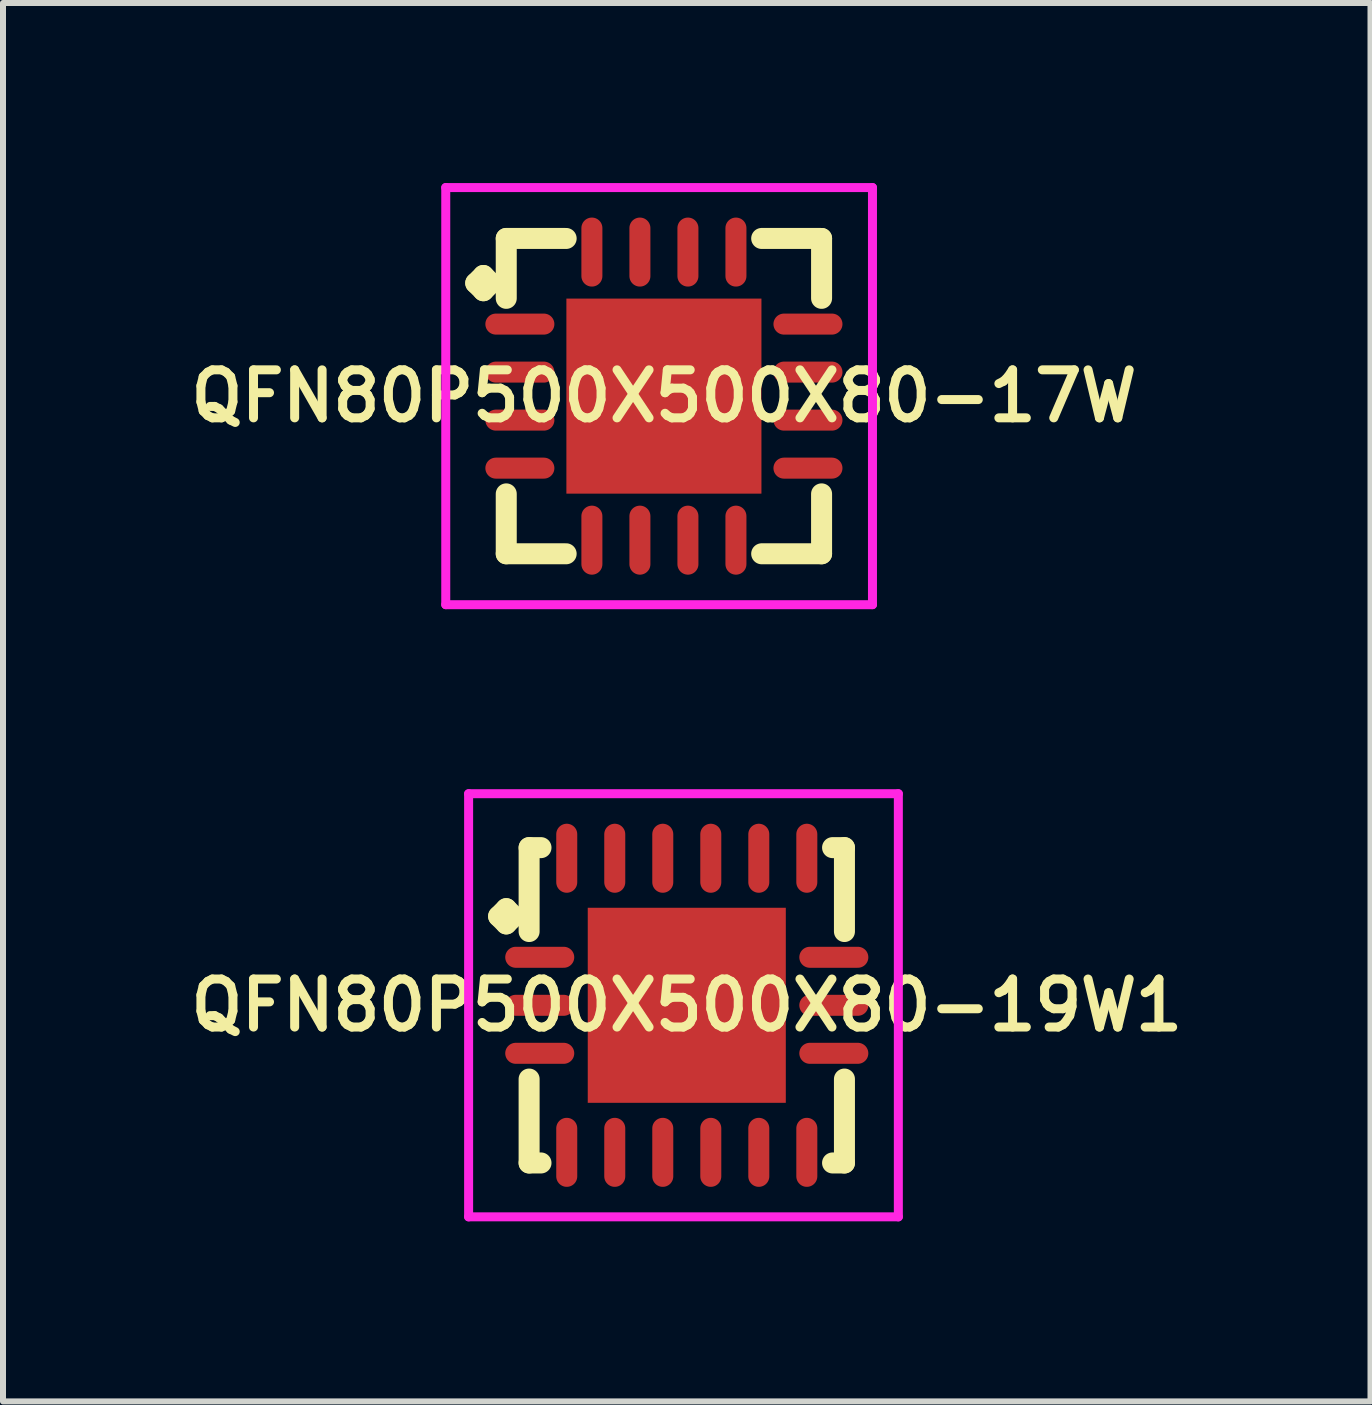
<source format=kicad_pcb>
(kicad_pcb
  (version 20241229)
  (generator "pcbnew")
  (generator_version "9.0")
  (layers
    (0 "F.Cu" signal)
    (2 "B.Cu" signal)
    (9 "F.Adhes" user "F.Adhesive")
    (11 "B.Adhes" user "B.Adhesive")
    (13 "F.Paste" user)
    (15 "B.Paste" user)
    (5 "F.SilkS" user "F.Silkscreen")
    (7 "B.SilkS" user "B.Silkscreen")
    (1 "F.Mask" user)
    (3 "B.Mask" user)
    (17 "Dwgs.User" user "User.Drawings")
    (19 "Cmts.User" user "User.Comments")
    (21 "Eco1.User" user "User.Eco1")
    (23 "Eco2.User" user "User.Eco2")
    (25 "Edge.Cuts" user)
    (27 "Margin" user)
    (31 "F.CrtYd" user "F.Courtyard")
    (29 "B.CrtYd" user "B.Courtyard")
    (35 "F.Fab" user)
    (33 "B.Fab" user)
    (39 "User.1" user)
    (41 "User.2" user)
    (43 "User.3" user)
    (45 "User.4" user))
  (footprint "QFN80P500X500X80-17W"
    (layer "F.Cu")
    (at 8.012 3.55)
    (property "Reference" "QFN80P500X500X80-17W" (at 0 0 0) (layer "F.SilkS") (effects (font (size 0.8 0.8) (thickness 0.15))))
    (attr smd)
    (fp_line (start -3.135 -1.883) (end -3.008 -2.01) (stroke (width 0.35) (type solid)) (layer "F.SilkS"))
    (fp_line (start -3.008 -2.01) (end -2.881 -1.883) (stroke (width 0.35) (type solid)) (layer "F.SilkS"))
    (fp_line (start -3.008 -1.756) (end -3.135 -1.883) (stroke (width 0.35) (type solid)) (layer "F.SilkS"))
    (fp_line (start -2.881 -1.883) (end -3.008 -1.756) (stroke (width 0.35) (type solid)) (layer "F.SilkS"))
    (fp_line (start -2.627 -2.627) (end -1.629 -2.627) (stroke (width 0.35) (type solid)) (layer "F.SilkS"))
    (fp_line (start -2.627 -1.629) (end -2.627 -2.627) (stroke (width 0.35) (type solid)) (layer "F.SilkS"))
    (fp_line (start -2.627 1.629) (end -2.627 2.627) (stroke (width 0.35) (type solid)) (layer "F.SilkS"))
    (fp_line (start -2.627 2.627) (end -1.629 2.627) (stroke (width 0.35) (type solid)) (layer "F.SilkS"))
    (fp_line (start 1.629 -2.627) (end 2.627 -2.627) (stroke (width 0.35) (type solid)) (layer "F.SilkS"))
    (fp_line (start 1.629 2.627) (end 2.627 2.627) (stroke (width 0.35) (type solid)) (layer "F.SilkS"))
    (fp_line (start 2.627 -2.627) (end 2.627 -1.629) (stroke (width 0.35) (type solid)) (layer "F.SilkS"))
    (fp_line (start 2.627 2.627) (end 2.627 1.629) (stroke (width 0.35) (type solid)) (layer "F.SilkS"))
    (fp_line (start -3.635 -3.475) (end 3.475 -3.475) (stroke (width 0.15) (type solid)) (layer "F.CrtYd"))
    (fp_line (start -3.635 3.475) (end -3.635 -3.475) (stroke (width 0.15) (type solid)) (layer "F.CrtYd"))
    (fp_line (start 3.475 -3.475) (end 3.475 3.475) (stroke (width 0.15) (type solid)) (layer "F.CrtYd"))
    (fp_line (start 3.475 3.475) (end -3.635 3.475) (stroke (width 0.15) (type solid)) (layer "F.CrtYd"))
    (pad "1" smd oval (at -2.4 -1.2) (size 1.15 0.35) (layers "F.Cu" "F.Mask" "F.Paste"))
    (pad "2" smd oval (at -2.4 -0.4) (size 1.15 0.35) (layers "F.Cu" "F.Mask" "F.Paste"))
    (pad "3" smd oval (at -2.4 0.4) (size 1.15 0.35) (layers "F.Cu" "F.Mask" "F.Paste"))
    (pad "4" smd oval (at -2.4 1.2) (size 1.15 0.35) (layers "F.Cu" "F.Mask" "F.Paste"))
    (pad "5" smd oval (at -1.2 2.4) (size 0.35 1.15) (layers "F.Cu" "F.Mask" "F.Paste"))
    (pad "6" smd oval (at -0.4 2.4) (size 0.35 1.15) (layers "F.Cu" "F.Mask" "F.Paste"))
    (pad "7" smd oval (at 0.4 2.4) (size 0.35 1.15) (layers "F.Cu" "F.Mask" "F.Paste"))
    (pad "8" smd oval (at 1.2 2.4) (size 0.35 1.15) (layers "F.Cu" "F.Mask" "F.Paste"))
    (pad "9" smd oval (at 2.4 1.2) (size 1.15 0.35) (layers "F.Cu" "F.Mask" "F.Paste"))
    (pad "10" smd oval (at 2.4 0.4) (size 1.15 0.35) (layers "F.Cu" "F.Mask" "F.Paste"))
    (pad "11" smd oval (at 2.4 -0.4) (size 1.15 0.35) (layers "F.Cu" "F.Mask" "F.Paste"))
    (pad "12" smd oval (at 2.4 -1.2) (size 1.15 0.35) (layers "F.Cu" "F.Mask" "F.Paste"))
    (pad "13" smd oval (at 1.2 -2.4) (size 0.35 1.15) (layers "F.Cu" "F.Mask" "F.Paste"))
    (pad "14" smd oval (at 0.4 -2.4) (size 0.35 1.15) (layers "F.Cu" "F.Mask" "F.Paste"))
    (pad "15" smd oval (at -0.4 -2.4) (size 0.35 1.15) (layers "F.Cu" "F.Mask" "F.Paste"))
    (pad "16" smd oval (at -1.2 -2.4) (size 0.35 1.15) (layers "F.Cu" "F.Mask" "F.Paste"))
    (pad "17" smd rect (at 0 0) (size 3.25 3.25) (layers "F.Cu" "F.Mask" "F.Paste")))
  (footprint "QFN80P500X500X80-19W1"
    (layer "F.Cu")
    (at 8.393 13.7)
    (property "Reference" "QFN80P500X500X80-19W1" (at 0 0 0) (layer "F.SilkS") (effects (font (size 0.8 0.8) (thickness 0.15))))
    (attr smd)
    (fp_line (start -3.135 -1.483) (end -3.008 -1.61) (stroke (width 0.35) (type solid)) (layer "F.SilkS"))
    (fp_line (start -3.008 -1.61) (end -2.881 -1.483) (stroke (width 0.35) (type solid)) (layer "F.SilkS"))
    (fp_line (start -3.008 -1.356) (end -3.135 -1.483) (stroke (width 0.35) (type solid)) (layer "F.SilkS"))
    (fp_line (start -2.881 -1.483) (end -3.008 -1.356) (stroke (width 0.35) (type solid)) (layer "F.SilkS"))
    (fp_line (start -2.627 -2.627) (end -2.429 -2.627) (stroke (width 0.35) (type solid)) (layer "F.SilkS"))
    (fp_line (start -2.627 -1.229) (end -2.627 -2.627) (stroke (width 0.35) (type solid)) (layer "F.SilkS"))
    (fp_line (start -2.627 1.229) (end -2.627 2.627) (stroke (width 0.35) (type solid)) (layer "F.SilkS"))
    (fp_line (start -2.627 2.627) (end -2.429 2.627) (stroke (width 0.35) (type solid)) (layer "F.SilkS"))
    (fp_line (start 2.429 -2.627) (end 2.627 -2.627) (stroke (width 0.35) (type solid)) (layer "F.SilkS"))
    (fp_line (start 2.429 2.627) (end 2.627 2.627) (stroke (width 0.35) (type solid)) (layer "F.SilkS"))
    (fp_line (start 2.627 -2.627) (end 2.627 -1.229) (stroke (width 0.35) (type solid)) (layer "F.SilkS"))
    (fp_line (start 2.627 2.627) (end 2.627 1.229) (stroke (width 0.35) (type solid)) (layer "F.SilkS"))
    (fp_line (start -3.635 -3.525) (end 3.525 -3.525) (stroke (width 0.15) (type solid)) (layer "F.CrtYd"))
    (fp_line (start -3.635 3.525) (end -3.635 -3.525) (stroke (width 0.15) (type solid)) (layer "F.CrtYd"))
    (fp_line (start 3.525 -3.525) (end 3.525 3.525) (stroke (width 0.15) (type solid)) (layer "F.CrtYd"))
    (fp_line (start 3.525 3.525) (end -3.635 3.525) (stroke (width 0.15) (type solid)) (layer "F.CrtYd"))
    (pad "1" smd oval (at -2.45 -0.8) (size 1.15 0.35) (layers "F.Cu" "F.Mask" "F.Paste"))
    (pad "2" smd oval (at -2.45 0) (size 1.15 0.35) (layers "F.Cu" "F.Mask" "F.Paste"))
    (pad "3" smd oval (at -2.45 0.8) (size 1.15 0.35) (layers "F.Cu" "F.Mask" "F.Paste"))
    (pad "4" smd oval (at -2 2.45) (size 0.35 1.15) (layers "F.Cu" "F.Mask" "F.Paste"))
    (pad "5" smd oval (at -1.2 2.45) (size 0.35 1.15) (layers "F.Cu" "F.Mask" "F.Paste"))
    (pad "6" smd oval (at -0.4 2.45) (size 0.35 1.15) (layers "F.Cu" "F.Mask" "F.Paste"))
    (pad "7" smd oval (at 0.4 2.45) (size 0.35 1.15) (layers "F.Cu" "F.Mask" "F.Paste"))
    (pad "8" smd oval (at 1.2 2.45) (size 0.35 1.15) (layers "F.Cu" "F.Mask" "F.Paste"))
    (pad "9" smd oval (at 2 2.45) (size 0.35 1.15) (layers "F.Cu" "F.Mask" "F.Paste"))
    (pad "10" smd oval (at 2.45 0.8) (size 1.15 0.35) (layers "F.Cu" "F.Mask" "F.Paste"))
    (pad "11" smd oval (at 2.45 0) (size 1.15 0.35) (layers "F.Cu" "F.Mask" "F.Paste"))
    (pad "12" smd oval (at 2.45 -0.8) (size 1.15 0.35) (layers "F.Cu" "F.Mask" "F.Paste"))
    (pad "13" smd oval (at 2 -2.45) (size 0.35 1.15) (layers "F.Cu" "F.Mask" "F.Paste"))
    (pad "14" smd oval (at 1.2 -2.45) (size 0.35 1.15) (layers "F.Cu" "F.Mask" "F.Paste"))
    (pad "15" smd oval (at 0.4 -2.45) (size 0.35 1.15) (layers "F.Cu" "F.Mask" "F.Paste"))
    (pad "16" smd oval (at -0.4 -2.45) (size 0.35 1.15) (layers "F.Cu" "F.Mask" "F.Paste"))
    (pad "17" smd oval (at -1.2 -2.45) (size 0.35 1.15) (layers "F.Cu" "F.Mask" "F.Paste"))
    (pad "18" smd oval (at -2 -2.45) (size 0.35 1.15) (layers "F.Cu" "F.Mask" "F.Paste"))
    (pad "19" smd rect (at 0 0) (size 3.3 3.25) (layers "F.Cu" "F.Mask" "F.Paste")))
  (gr_rect
    (start -3 -3)
    (end 19.785 20.3)
    (stroke (width 0.1) (type default))
    (fill no)
    (layer "Edge.Cuts")))
</source>
